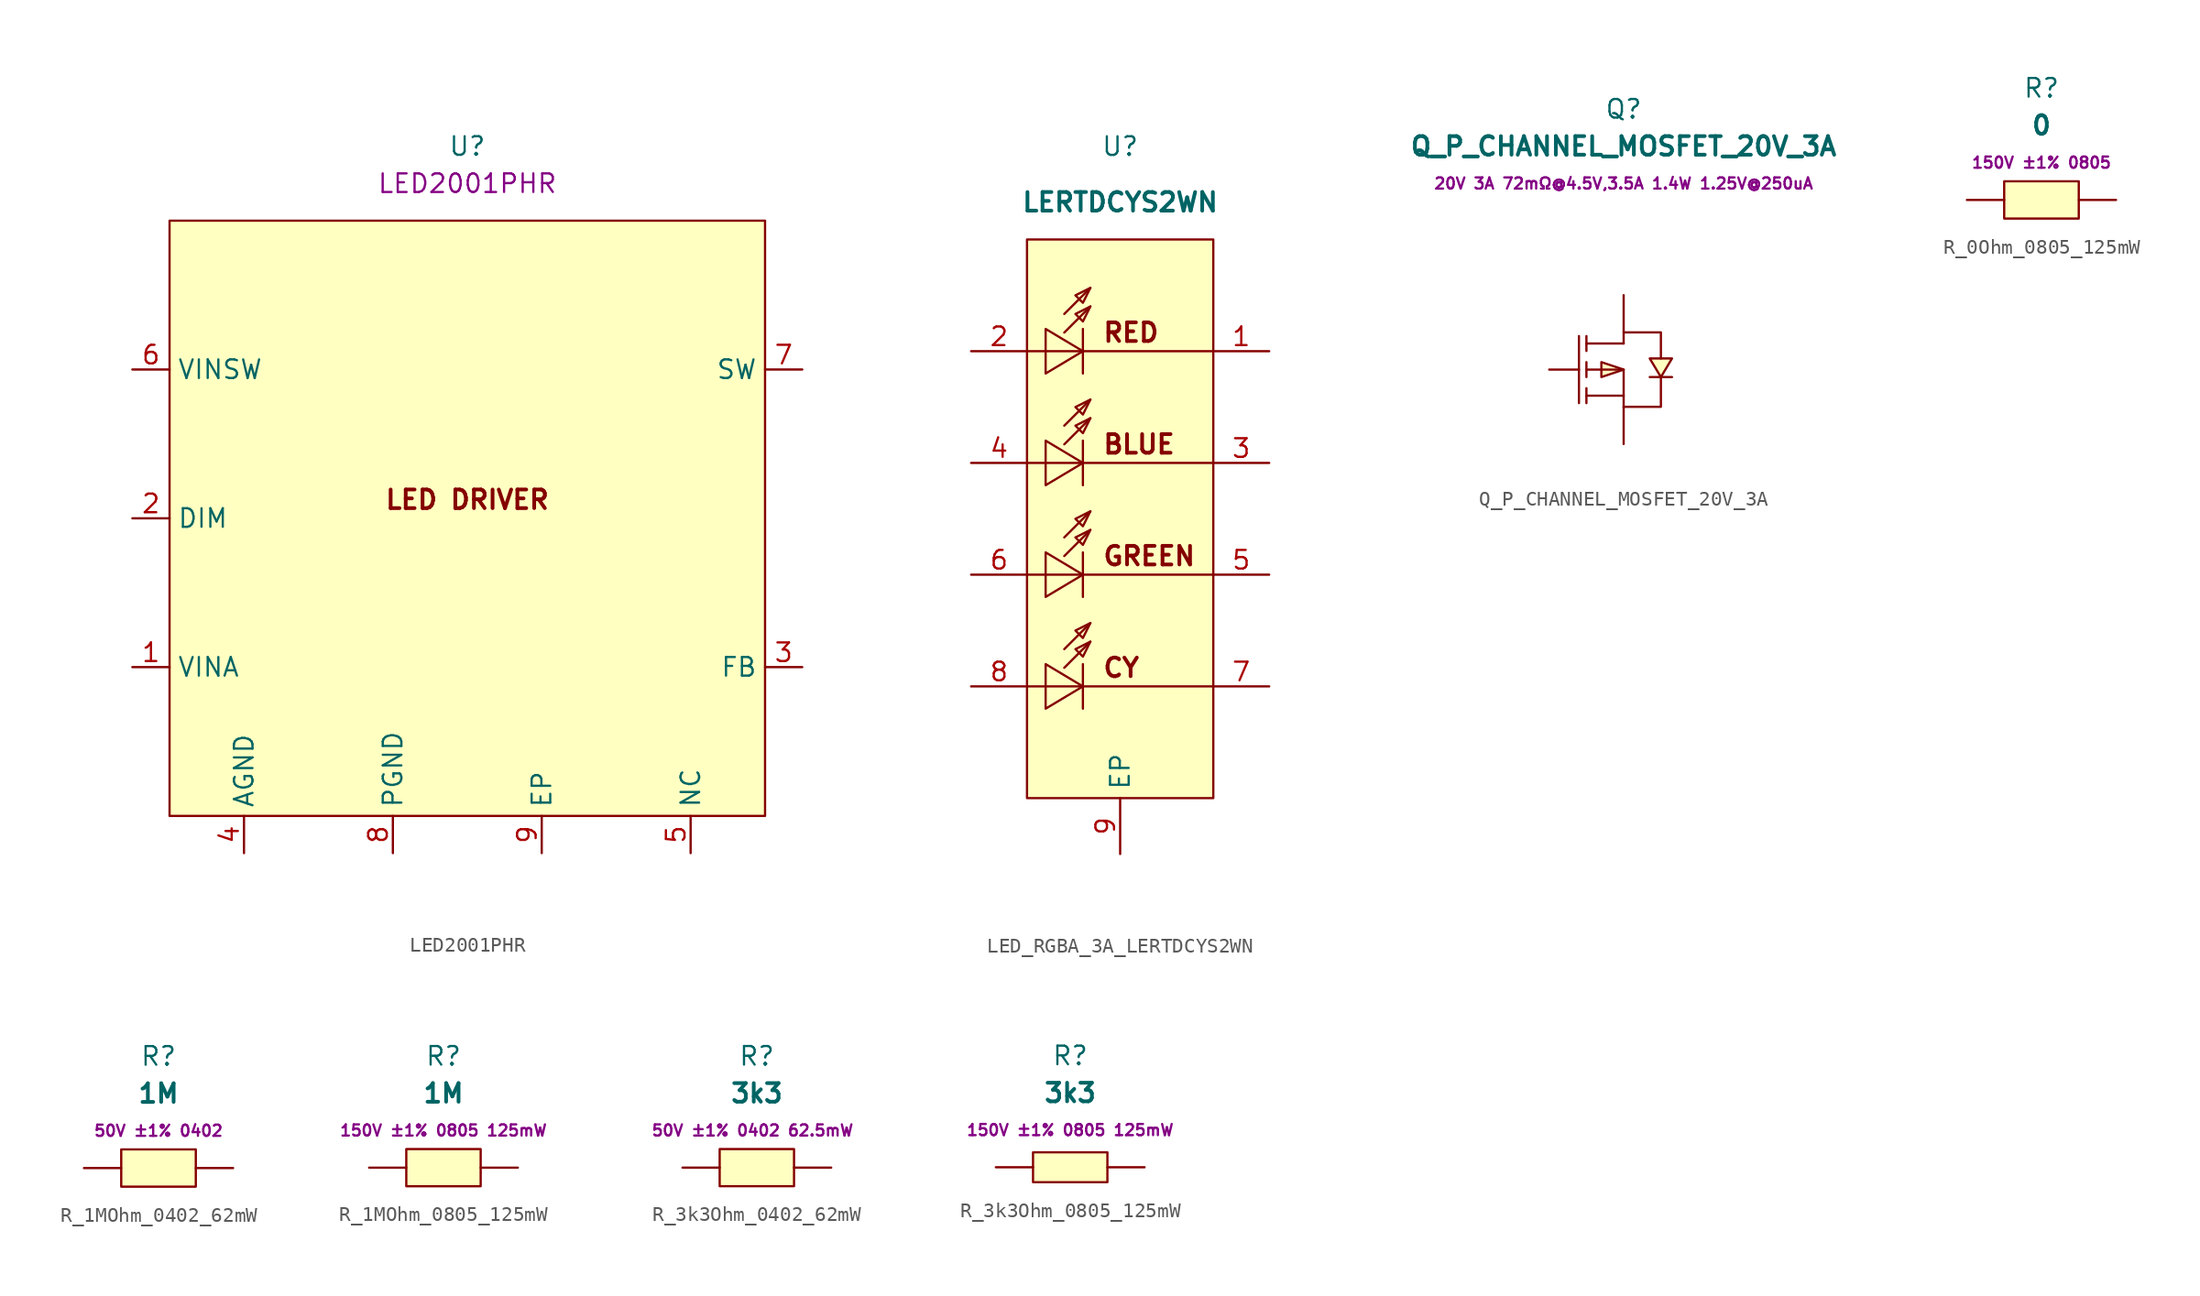
<source format=kicad_sym>
(kicad_symbol_lib
  (version 20231120)
  (generator "kicad_symbol_editor")
  (generator_version "8.0")
  (symbol "LED2001PHR"
    (property "Reference" "U"
      (at 0 25.4 0)
      (effects (font (size 1.27 1.27))))
    (property "Value" ""
      (at -5.08 24.13 0)
      (effects (font (size 1.27 1.27))))
    (property "Description" "LED2001PHR"
      (at 0 22.86 0)
      (effects (font (size 1.27 1.27))))
    (symbol "LED2001PHR_1_1"
      (rectangle (start -20.32 20.32) (end 20.32 -20.32) (stroke (width 0) (type default)) (fill (type background)))
      (text "LED DRIVER" (at 0 1.27 0) (effects (font (size 1.27 1.27) (bold yes))))
      (pin power_in line (at -22.86 -10.16 0) (length 2.54) (name "VINA" (effects (font (size 1.27 1.27)))) (number "1" (effects (font (size 1.27 1.27)))))
      (pin input line (at -22.86 0 0) (length 2.54) (name "DIM" (effects (font (size 1.27 1.27)))) (number "2" (effects (font (size 1.27 1.27)))))
      (pin input line (at 22.86 -10.16 180) (length 2.54) (name "FB" (effects (font (size 1.27 1.27)))) (number "3" (effects (font (size 1.27 1.27)))))
      (pin power_in line (at -15.24 -22.86 90) (length 2.54) (name "AGND" (effects (font (size 1.27 1.27)))) (number "4" (effects (font (size 1.27 1.27)))))
      (pin passive line (at 15.24 -22.86 90) (length 2.54) (name "NC" (effects (font (size 1.27 1.27)))) (number "5" (effects (font (size 1.27 1.27)))))
      (pin power_in line (at -22.86 10.16 0) (length 2.54) (name "VINSW" (effects (font (size 1.27 1.27)))) (number "6" (effects (font (size 1.27 1.27)))))
      (pin power_out line (at 22.86 10.16 180) (length 2.54) (name "SW" (effects (font (size 1.27 1.27)))) (number "7" (effects (font (size 1.27 1.27)))))
      (pin power_in line (at -5.08 -22.86 90) (length 2.54) (name "PGND" (effects (font (size 1.27 1.27)))) (number "8" (effects (font (size 1.27 1.27)))))
      (pin passive line (at 5.08 -22.86 90) (length 2.54) (name "EP" (effects (font (size 1.27 1.27)))) (number "9" (effects (font (size 1.27 1.27)))))))
  (symbol "LED_RGBA_3A_LERTDCYS2WN"
    (property "Reference" "U"
      (at 0 24.13 0)
      (effects (font (size 1.27 1.27))))
    (property "Value" "LERTDCYS2WN"
      (at 0 20.32 0)
      (effects (font (size 1.27 1.27) (bold yes))))
    (symbol "LED_RGBA_3A_LERTDCYS2WN_0_1"
      (rectangle (start -6.35 17.78) (end 6.35 -20.32) (stroke (width 0) (type default)) (fill (type background)))
      (polyline (pts (xy -6.35 -12.7) (xy 6.35 -12.7)) (stroke (width 0) (type default)) (fill (type none)))
      (polyline (pts (xy -6.35 -5.08) (xy 6.35 -5.08)) (stroke (width 0) (type default)) (fill (type none)))
      (polyline (pts (xy -6.35 2.54) (xy 6.35 2.54)) (stroke (width 0) (type default)) (fill (type none)))
      (polyline (pts (xy -6.35 10.16) (xy 6.35 10.16)) (stroke (width 0) (type default)) (fill (type none)))
      (polyline (pts (xy -3.81 -11.43) (xy -2.03 -9.65)) (stroke (width 0) (type default)) (fill (type none)))
      (polyline (pts (xy -3.81 -10.16) (xy -2.03 -8.38)) (stroke (width 0) (type default)) (fill (type none)))
      (polyline (pts (xy -3.81 -3.81) (xy -2.03 -2.03)) (stroke (width 0) (type default)) (fill (type none)))
      (polyline (pts (xy -3.81 -2.54) (xy -2.03 -0.76)) (stroke (width 0) (type default)) (fill (type none)))
      (polyline (pts (xy -3.81 3.81) (xy -2.03 5.59)) (stroke (width 0) (type default)) (fill (type none)))
      (polyline (pts (xy -3.81 5.08) (xy -2.03 6.86)) (stroke (width 0) (type default)) (fill (type none)))
      (polyline (pts (xy -3.81 11.43) (xy -2.03 13.21)) (stroke (width 0) (type default)) (fill (type none)))
      (polyline (pts (xy -3.81 12.7) (xy -2.03 14.48)) (stroke (width 0) (type default)) (fill (type none)))
      (polyline (pts (xy -2.54 -11.18) (xy -2.54 -14.22)) (stroke (width 0) (type default)) (fill (type none)))
      (polyline (pts (xy -2.54 -3.56) (xy -2.54 -6.6)) (stroke (width 0) (type default)) (fill (type none)))
      (polyline (pts (xy -2.54 4.06) (xy -2.54 1.02)) (stroke (width 0) (type default)) (fill (type none)))
      (polyline (pts (xy -2.54 11.68) (xy -2.54 8.64)) (stroke (width 0) (type default)) (fill (type none)))
      (polyline (pts (xy -5.08 -14.22) (xy -2.54 -12.7) (xy -5.08 -11.18) (xy -5.08 -14.22)) (stroke (width 0) (type default)) (fill (type background)))
      (polyline (pts (xy -5.08 -6.6) (xy -2.54 -5.08) (xy -5.08 -3.56) (xy -5.08 -6.6)) (stroke (width 0) (type default)) (fill (type background)))
      (polyline (pts (xy -5.08 1.02) (xy -2.54 2.54) (xy -5.08 4.06) (xy -5.08 1.02)) (stroke (width 0) (type default)) (fill (type background)))
      (polyline (pts (xy -5.08 8.64) (xy -2.54 10.16) (xy -5.08 11.68) (xy -5.08 8.64)) (stroke (width 0) (type default)) (fill (type background)))
      (polyline (pts (xy -2.03 -9.65) (xy -3.05 -10.16) (xy -2.54 -10.67) (xy -2.03 -9.65)) (stroke (width 0) (type default)) (fill (type background)))
      (polyline (pts (xy -2.03 -8.38) (xy -3.05 -8.89) (xy -2.54 -9.4) (xy -2.03 -8.38)) (stroke (width 0) (type default)) (fill (type background)))
      (polyline (pts (xy -2.03 -2.03) (xy -3.05 -2.54) (xy -2.54 -3.05) (xy -2.03 -2.03)) (stroke (width 0) (type default)) (fill (type background)))
      (polyline (pts (xy -2.03 -0.76) (xy -3.05 -1.27) (xy -2.54 -1.78) (xy -2.03 -0.76)) (stroke (width 0) (type default)) (fill (type background)))
      (polyline (pts (xy -2.03 5.59) (xy -3.05 5.08) (xy -2.54 4.57) (xy -2.03 5.59)) (stroke (width 0) (type default)) (fill (type background)))
      (polyline (pts (xy -2.03 6.86) (xy -3.05 6.35) (xy -2.54 5.84) (xy -2.03 6.86)) (stroke (width 0) (type default)) (fill (type background)))
      (polyline (pts (xy -2.03 13.21) (xy -3.05 12.7) (xy -2.54 12.19) (xy -2.03 13.21)) (stroke (width 0) (type default)) (fill (type background)))
      (polyline (pts (xy -2.03 14.48) (xy -3.05 13.97) (xy -2.54 13.46) (xy -2.03 14.48)) (stroke (width 0) (type default)) (fill (type background))))
    (symbol "LED_RGBA_3A_LERTDCYS2WN_1_1"
      (text "BLUE" (at -1.27 3.81 0) (effects (font (size 1.27 1.27) (bold yes)) (justify left)))
      (text "CY" (at -1.27 -11.43 0) (effects (font (size 1.27 1.27) (bold yes)) (justify left)))
      (text "GREEN" (at -1.27 -3.81 0) (effects (font (size 1.27 1.27) (bold yes)) (justify left)))
      (text "RED" (at -1.27 11.43 0) (effects (font (size 1.27 1.27) (bold yes)) (justify left)))
      (pin passive line (at 10.16 10.16 180) (length 3.81) (name "" (effects (font (size 1.27 1.27)))) (number "1" (effects (font (size 1.27 1.27)))))
      (pin passive line (at -10.16 10.16 0) (length 3.81) (name "" (effects (font (size 1.27 1.27)))) (number "2" (effects (font (size 1.27 1.27)))))
      (pin passive line (at 10.16 2.54 180) (length 3.81) (name "" (effects (font (size 1.27 1.27)))) (number "3" (effects (font (size 1.27 1.27)))))
      (pin passive line (at -10.16 2.54 0) (length 3.81) (name "" (effects (font (size 1.27 1.27)))) (number "4" (effects (font (size 1.27 1.27)))))
      (pin passive line (at 10.16 -5.08 180) (length 3.81) (name "" (effects (font (size 1.27 1.27)))) (number "5" (effects (font (size 1.27 1.27)))))
      (pin passive line (at -10.16 -5.08 0) (length 3.81) (name "" (effects (font (size 1.27 1.27)))) (number "6" (effects (font (size 1.27 1.27)))))
      (pin passive line (at 10.16 -12.7 180) (length 3.81) (name "" (effects (font (size 1.27 1.27)))) (number "7" (effects (font (size 1.27 1.27)))))
      (pin passive line (at -10.16 -12.7 0) (length 3.81) (name "" (effects (font (size 1.27 1.27)))) (number "8" (effects (font (size 1.27 1.27)))))
      (pin passive line (at 0 -24.13 90) (length 3.81) (name "EP" (effects (font (size 1.27 1.27)))) (number "9" (effects (font (size 1.27 1.27)))))))
  (symbol "Q_P_CHANNEL_MOSFET_20V_3A"
    (pin_numbers hide)
    (pin_names hide)
    (property "Reference" "Q"
      (at 0 17.78 0)
      (effects (font (size 1.27 1.27))))
    (property "Value" "Q_P_CHANNEL_MOSFET_20V_3A"
      (at 0 15.24 0)
      (effects (font (size 1.27 1.27) (bold yes))))
    (property "Extra Values" "20V 3A 72mΩ@4.5V,3.5A 1.4W 1.25V@250uA"
      (at 0 12.7 0)
      (effects (font (size 0.762 0.762) (bold yes))))
    (symbol "Q_P_CHANNEL_MOSFET_20V_3A_0_1"
      (polyline (pts (xy -3.05 2.29) (xy -3.05 -2.29)) (stroke (width 0) (type default)) (fill (type none)))
      (polyline (pts (xy -2.54 -2.29) (xy -2.54 -1.27)) (stroke (width 0) (type default)) (fill (type none)))
      (polyline (pts (xy -2.54 -0.51) (xy -2.54 0.51)) (stroke (width 0) (type default)) (fill (type none)))
      (polyline (pts (xy -2.54 1.27) (xy -2.54 2.29)) (stroke (width 0) (type default)) (fill (type none)))
      (polyline (pts (xy 0 -1.78) (xy -2.54 -1.78)) (stroke (width 0) (type default)) (fill (type none)))
      (polyline (pts (xy 0 1.78) (xy -2.54 1.78)) (stroke (width 0) (type default)) (fill (type none)))
      (polyline (pts (xy -2.54 0) (xy 0 0) (xy 0 -2.54)) (stroke (width 0) (type default)) (fill (type none)))
      (polyline (pts (xy 0 -2.54) (xy 2.54 -2.54) (xy 2.54 -0.51)) (stroke (width 0) (type default)) (fill (type none)))
      (polyline (pts (xy 0 0) (xy -1.52 0.51) (xy -1.52 -0.51) (xy 0 0)) (stroke (width 0) (type default)) (fill (type background)))
      (polyline (pts (xy 0 1.78) (xy 0 2.54) (xy 2.54 2.54) (xy 2.54 0.76)) (stroke (width 0) (type default)) (fill (type none)))
      (polyline (pts (xy 2.54 -0.51) (xy 3.3 0.76) (xy 1.78 0.76) (xy 2.54 -0.51)) (stroke (width 0) (type default)) (fill (type background)))
      (polyline (pts (xy 3.3 -0.51) (xy 3.05 -0.51) (xy 2.03 -0.51) (xy 1.78 -0.51)) (stroke (width 0) (type default)) (fill (type none))))
    (symbol "Q_P_CHANNEL_MOSFET_20V_3A_1_1"
      (pin input line (at -5.08 0 0) (length 2.032) (name "G" (effects (font (size 1.27 1.27)))) (number "1" (effects (font (size 1.27 1.27)))))
      (pin passive line (at 0 -5.08 90) (length 2.54) (name "S" (effects (font (size 1.27 1.27)))) (number "2" (effects (font (size 1.27 1.27)))))
      (pin passive line (at 0 5.08 270) (length 2.54) (name "D" (effects (font (size 1.27 1.27)))) (number "3" (effects (font (size 1.27 1.27)))))))
  (symbol "R_0Ohm_0805_125mW"
    (pin_numbers hide)
    (pin_names hide)
    (property "Reference" "R"
      (at 0 7.62 0)
      (effects (font (size 1.27 1.27))))
    (property "Value" "0"
      (at 0 5.08 0)
      (effects (font (size 1.27 1.27) (bold yes))))
    (property "Extra Values" "150V ±1% 0805"
      (at 0 2.54 0)
      (effects (font (size 0.762 0.762) (bold yes))))
    (symbol "R_0Ohm_0805_125mW_0_1"
      (rectangle (start -2.54 1.27) (end 2.54 -1.27) (stroke (width 0) (type default)) (fill (type background))))
    (symbol "R_0Ohm_0805_125mW_1_1"
      (pin passive line (at -5.08 0 0) (length 2.54) (name "1" (effects (font (size 1.27 1.27)))) (number "1" (effects (font (size 1.27 1.27)))))
      (pin passive line (at 5.08 0 180) (length 2.54) (name "2" (effects (font (size 1.27 1.27)))) (number "2" (effects (font (size 1.27 1.27)))))))
  (symbol "R_1MOhm_0402_62mW"
    (pin_numbers hide)
    (pin_names hide)
    (property "Reference" "R"
      (at 0 7.62 0)
      (effects (font (size 1.27 1.27))))
    (property "Value" "1M"
      (at 0 5.08 0)
      (effects (font (size 1.27 1.27) (bold yes))))
    (property "Extra Values" "50V ±1% 0402"
      (at 0 2.54 0)
      (effects (font (size 0.762 0.762) (bold yes))))
    (symbol "R_1MOhm_0402_62mW_0_1"
      (rectangle (start -2.54 1.27) (end 2.54 -1.27) (stroke (width 0) (type default)) (fill (type background))))
    (symbol "R_1MOhm_0402_62mW_1_1"
      (pin passive line (at -5.08 0 0) (length 2.54) (name "1" (effects (font (size 1.27 1.27)))) (number "1" (effects (font (size 1.27 1.27)))))
      (pin passive line (at 5.08 0 180) (length 2.54) (name "2" (effects (font (size 1.27 1.27)))) (number "2" (effects (font (size 1.27 1.27)))))))
  (symbol "R_1MOhm_0805_125mW"
    (pin_numbers hide)
    (pin_names hide)
    (property "Reference" "R"
      (at 0 7.62 0)
      (effects (font (size 1.27 1.27))))
    (property "Value" "1M"
      (at 0 5.08 0)
      (effects (font (size 1.27 1.27) (bold yes))))
    (property "Extra Values" "150V ±1% 0805 125mW"
      (at 0 2.54 0)
      (effects (font (size 0.762 0.762) (bold yes))))
    (symbol "R_1MOhm_0805_125mW_0_1"
      (rectangle (start -2.54 1.27) (end 2.54 -1.27) (stroke (width 0) (type default)) (fill (type background))))
    (symbol "R_1MOhm_0805_125mW_1_1"
      (pin passive line (at -5.08 0 0) (length 2.54) (name "1" (effects (font (size 1.27 1.27)))) (number "1" (effects (font (size 1.27 1.27)))))
      (pin passive line (at 5.08 0 180) (length 2.54) (name "2" (effects (font (size 1.27 1.27)))) (number "2" (effects (font (size 1.27 1.27)))))))
  (symbol "R_3k3Ohm_0402_62mW"
    (pin_numbers hide)
    (pin_names hide)
    (property "Reference" "R"
      (at 0 7.62 0)
      (effects (font (size 1.27 1.27))))
    (property "Value" "3k3"
      (at 0 5.08 0)
      (effects (font (size 1.27 1.27) (bold yes))))
    (property "Extra Values" "50V ±1% 0402 62.5mW "
      (at 0 2.54 0)
      (effects (font (size 0.762 0.762) (bold yes))))
    (symbol "R_3k3Ohm_0402_62mW_0_1"
      (rectangle (start -2.54 1.27) (end 2.54 -1.27) (stroke (width 0) (type default)) (fill (type background))))
    (symbol "R_3k3Ohm_0402_62mW_1_1"
      (pin passive line (at -5.08 0 0) (length 2.54) (name "1" (effects (font (size 1.27 1.27)))) (number "1" (effects (font (size 1.27 1.27)))))
      (pin passive line (at 5.08 0 180) (length 2.54) (name "2" (effects (font (size 1.27 1.27)))) (number "2" (effects (font (size 1.27 1.27)))))))
  (symbol "R_3k3Ohm_0805_125mW"
    (pin_numbers hide)
    (pin_names hide)
    (property "Reference" "R"
      (at 0 7.62 0)
      (effects (font (size 1.27 1.27))))
    (property "Value" "3k3"
      (at 0 5.08 0)
      (effects (font (size 1.27 1.27) (bold yes))))
    (property "Extra Values" "150V ±1% 0805 125mW"
      (at 0 2.54 0)
      (effects (font (size 0.762 0.762) (bold yes))))
    (symbol "R_3k3Ohm_0805_125mW_0_1"
      (rectangle (start -2.54 1.02) (end 2.54 -1.02) (stroke (width 0) (type default)) (fill (type background))))
    (symbol "R_3k3Ohm_0805_125mW_1_1"
      (pin passive line (at -5.08 0 0) (length 2.54) (name "1" (effects (font (size 1.27 1.27)))) (number "1" (effects (font (size 1.27 1.27)))))
      (pin passive line (at 5.08 0 180) (length 2.54) (name "2" (effects (font (size 1.27 1.27)))) (number "2" (effects (font (size 1.27 1.27))))))))
</source>
